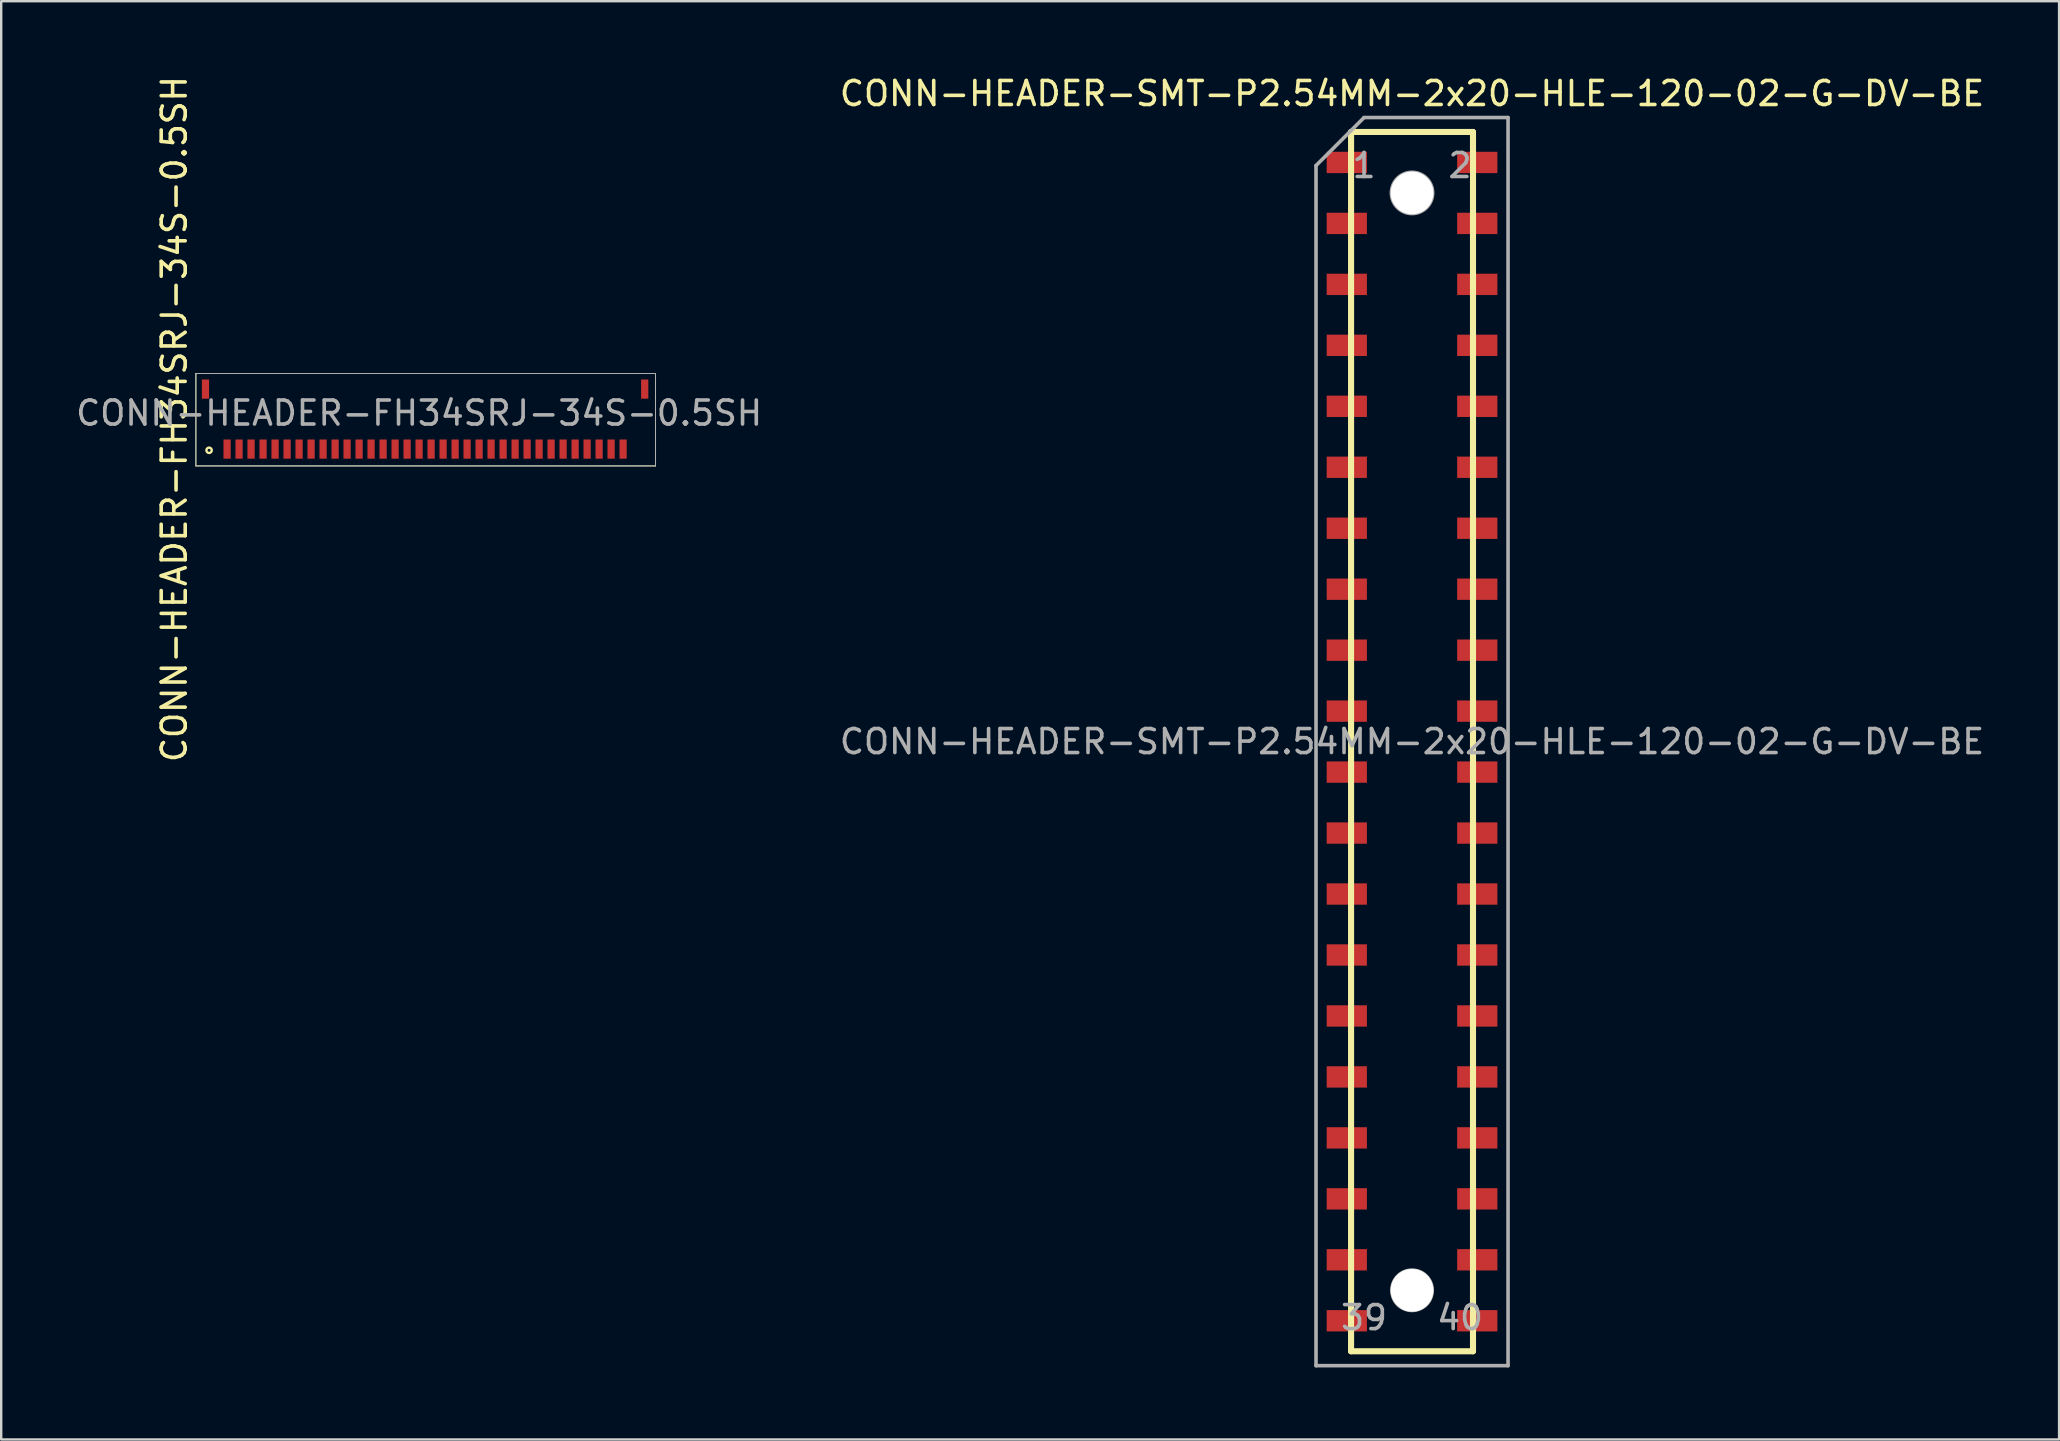
<source format=kicad_pcb>
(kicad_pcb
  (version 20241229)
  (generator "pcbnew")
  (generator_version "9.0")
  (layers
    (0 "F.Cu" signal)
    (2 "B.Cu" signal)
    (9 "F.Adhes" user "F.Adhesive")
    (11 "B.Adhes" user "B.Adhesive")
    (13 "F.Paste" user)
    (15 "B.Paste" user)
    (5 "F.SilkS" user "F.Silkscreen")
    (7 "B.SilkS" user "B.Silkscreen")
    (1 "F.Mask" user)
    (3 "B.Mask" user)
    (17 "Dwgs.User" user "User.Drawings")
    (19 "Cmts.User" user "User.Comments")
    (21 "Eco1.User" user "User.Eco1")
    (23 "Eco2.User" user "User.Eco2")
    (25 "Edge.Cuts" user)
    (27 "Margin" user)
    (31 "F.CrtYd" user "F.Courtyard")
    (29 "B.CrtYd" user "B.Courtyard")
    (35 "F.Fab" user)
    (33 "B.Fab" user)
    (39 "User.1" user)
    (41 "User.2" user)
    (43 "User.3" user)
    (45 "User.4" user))
  (footprint "CONN-HEADER-SMT-P2.54MM-2x20-HLE-120-02-G-DV-BE"
    (layer "F.Cu")
    (at 55.78 27.848)
    (property "Reference" "CONN-HEADER-SMT-P2.54MM-2x20-HLE-120-02-G-DV-BE" (at 0 0 180) (layer "F.Fab") (effects (font (size 1 1) (thickness 0.15))))
    (attr smd)
    (fp_line (start -2.54 -25.4) (end 2.54 -25.4) (stroke (width 0.254) (type solid)) (layer "F.SilkS"))
    (fp_line (start -2.54 25.4) (end -2.54 -25.4) (stroke (width 0.254) (type solid)) (layer "F.SilkS"))
    (fp_line (start 2.54 -25.4) (end 2.54 25.4) (stroke (width 0.254) (type solid)) (layer "F.SilkS"))
    (fp_line (start 2.54 25.4) (end -2.54 25.4) (stroke (width 0.254) (type solid)) (layer "F.SilkS"))
    (fp_line (start -4 -24) (end -4 26) (stroke (width 0.15) (type solid)) (layer "F.Fab"))
    (fp_line (start -4 -24) (end -2 -26) (stroke (width 0.15) (type solid)) (layer "F.Fab"))
    (fp_line (start -4 26) (end 4 26) (stroke (width 0.15) (type solid)) (layer "F.Fab"))
    (fp_line (start 4 -26) (end -2 -26) (stroke (width 0.15) (type solid)) (layer "F.Fab"))
    (fp_line (start 4 26) (end 4 -26) (stroke (width 0.15) (type solid)) (layer "F.Fab"))
    (fp_circle (center 0 -22.86) (end 0 -22) (stroke (width 0.15) (type solid)) (fill no) (layer "F.Fab"))
    (fp_circle (center 0 22.86) (end 0 23.7) (stroke (width 0.15) (type solid)) (fill no) (layer "F.Fab"))
    (fp_text user "${REFERENCE}" (at 0 -27 0) (layer "F.SilkS") (effects (font (size 1 1) (thickness 0.15))))
    (fp_text user "2" (at 2 -24 0) (layer "F.Fab") (effects (font (size 1 1) (thickness 0.15))))
    (fp_text user "39" (at -2 24 0) (layer "F.Fab") (effects (font (size 1 1) (thickness 0.15))))
    (fp_text user "1" (at -2 -24 0) (layer "F.Fab") (effects (font (size 1 1) (thickness 0.15))))
    (fp_text user "40" (at 2 24 0) (layer "F.Fab") (effects (font (size 1 1) (thickness 0.15))))
    (pad "" np_thru_hole circle (at 0 -22.86 270) (size 1.778 1.778) (drill 1.778) (layers "*.Cu" "*.Mask" "F.SilkS"))
    (pad "" np_thru_hole circle (at 0 22.86 270) (size 1.778 1.778) (drill 1.778) (layers "*.Cu" "*.Mask" "F.SilkS"))
    (pad "1" smd rect (at -2.718 -24.13 90) (size 0.889 1.676) (layers "F.Cu" "F.Mask" "F.Paste"))
    (pad "2" smd rect (at 2.718 -24.13 90) (size 0.889 1.676) (layers "F.Cu" "F.Mask" "F.Paste"))
    (pad "3" smd rect (at -2.718 -21.59 90) (size 0.889 1.676) (layers "F.Cu" "F.Mask" "F.Paste"))
    (pad "4" smd rect (at 2.718 -21.59 90) (size 0.889 1.676) (layers "F.Cu" "F.Mask" "F.Paste"))
    (pad "5" smd rect (at -2.718 -19.05 90) (size 0.889 1.676) (layers "F.Cu" "F.Mask" "F.Paste"))
    (pad "6" smd rect (at 2.718 -19.05 90) (size 0.889 1.676) (layers "F.Cu" "F.Mask" "F.Paste"))
    (pad "7" smd rect (at -2.718 -16.51 90) (size 0.889 1.676) (layers "F.Cu" "F.Mask" "F.Paste"))
    (pad "8" smd rect (at 2.718 -16.51 90) (size 0.889 1.676) (layers "F.Cu" "F.Mask" "F.Paste"))
    (pad "9" smd rect (at -2.718 -13.97 90) (size 0.889 1.676) (layers "F.Cu" "F.Mask" "F.Paste"))
    (pad "10" smd rect (at 2.718 -13.97 90) (size 0.889 1.676) (layers "F.Cu" "F.Mask" "F.Paste"))
    (pad "11" smd rect (at -2.718 -11.43 90) (size 0.889 1.676) (layers "F.Cu" "F.Mask" "F.Paste"))
    (pad "12" smd rect (at 2.718 -11.43 90) (size 0.889 1.676) (layers "F.Cu" "F.Mask" "F.Paste"))
    (pad "13" smd rect (at -2.718 -8.89 90) (size 0.889 1.676) (layers "F.Cu" "F.Mask" "F.Paste"))
    (pad "14" smd rect (at 2.718 -8.89 90) (size 0.889 1.676) (layers "F.Cu" "F.Mask" "F.Paste"))
    (pad "15" smd rect (at -2.718 -6.35 90) (size 0.889 1.676) (layers "F.Cu" "F.Mask" "F.Paste"))
    (pad "16" smd rect (at 2.718 -6.35 90) (size 0.889 1.676) (layers "F.Cu" "F.Mask" "F.Paste"))
    (pad "17" smd rect (at -2.718 -3.81 90) (size 0.889 1.676) (layers "F.Cu" "F.Mask" "F.Paste"))
    (pad "18" smd rect (at 2.718 -3.81 90) (size 0.889 1.676) (layers "F.Cu" "F.Mask" "F.Paste"))
    (pad "19" smd rect (at -2.718 -1.27 90) (size 0.889 1.676) (layers "F.Cu" "F.Mask" "F.Paste"))
    (pad "20" smd rect (at 2.718 -1.27 90) (size 0.889 1.676) (layers "F.Cu" "F.Mask" "F.Paste"))
    (pad "21" smd rect (at -2.718 1.27 90) (size 0.889 1.676) (layers "F.Cu" "F.Mask" "F.Paste"))
    (pad "22" smd rect (at 2.718 1.27 90) (size 0.889 1.676) (layers "F.Cu" "F.Mask" "F.Paste"))
    (pad "23" smd rect (at -2.718 3.81 90) (size 0.889 1.676) (layers "F.Cu" "F.Mask" "F.Paste"))
    (pad "24" smd rect (at 2.718 3.81 90) (size 0.889 1.676) (layers "F.Cu" "F.Mask" "F.Paste"))
    (pad "25" smd rect (at -2.718 6.35 90) (size 0.889 1.676) (layers "F.Cu" "F.Mask" "F.Paste"))
    (pad "26" smd rect (at 2.718 6.35 90) (size 0.889 1.676) (layers "F.Cu" "F.Mask" "F.Paste"))
    (pad "27" smd rect (at -2.718 8.89 90) (size 0.889 1.676) (layers "F.Cu" "F.Mask" "F.Paste"))
    (pad "28" smd rect (at 2.718 8.89 90) (size 0.889 1.676) (layers "F.Cu" "F.Mask" "F.Paste"))
    (pad "29" smd rect (at -2.718 11.43 90) (size 0.889 1.676) (layers "F.Cu" "F.Mask" "F.Paste"))
    (pad "30" smd rect (at 2.718 11.43 90) (size 0.889 1.676) (layers "F.Cu" "F.Mask" "F.Paste"))
    (pad "31" smd rect (at -2.718 13.97 90) (size 0.889 1.676) (layers "F.Cu" "F.Mask" "F.Paste"))
    (pad "32" smd rect (at 2.718 13.97 90) (size 0.889 1.676) (layers "F.Cu" "F.Mask" "F.Paste"))
    (pad "33" smd rect (at -2.718 16.51 90) (size 0.889 1.676) (layers "F.Cu" "F.Mask" "F.Paste"))
    (pad "34" smd rect (at 2.718 16.51 90) (size 0.889 1.676) (layers "F.Cu" "F.Mask" "F.Paste"))
    (pad "35" smd rect (at -2.718 19.05 90) (size 0.889 1.676) (layers "F.Cu" "F.Mask" "F.Paste"))
    (pad "36" smd rect (at 2.718 19.05 90) (size 0.889 1.676) (layers "F.Cu" "F.Mask" "F.Paste"))
    (pad "37" smd rect (at -2.718 21.59 90) (size 0.889 1.676) (layers "F.Cu" "F.Mask" "F.Paste"))
    (pad "38" smd rect (at 2.718 21.59 90) (size 0.889 1.676) (layers "F.Cu" "F.Mask" "F.Paste"))
    (pad "39" smd rect (at -2.718 24.13 90) (size 0.889 1.676) (layers "F.Cu" "F.Mask" "F.Paste"))
    (pad "40" smd rect (at 2.718 24.13 90) (size 0.889 1.676) (layers "F.Cu" "F.Mask" "F.Paste")))
  (footprint "CONN-HEADER-FH34SRJ-34S-0.5SH"
    (layer "F.Cu")
    (at 14.636 14.486)
    (property "Reference" "CONN-HEADER-FH34SRJ-34S-0.5SH" (at -0.225 -0.325 180) (layer "F.Fab") (effects (font (size 1 1) (thickness 0.15))))
    (attr smd)
    (fp_line (start -9.525 -1.975) (end -9.525 1.875) (stroke (width 0.041) (type solid)) (layer "F.SilkS"))
    (fp_line (start -9.525 1.875) (end 9.625 1.875) (stroke (width 0.041) (type solid)) (layer "F.SilkS"))
    (fp_line (start 9.625 -1.975) (end -9.525 -1.975) (stroke (width 0.041) (type solid)) (layer "F.SilkS"))
    (fp_line (start 9.625 -1.975) (end 9.625 1.875) (stroke (width 0.041) (type solid)) (layer "F.SilkS"))
    (fp_circle (center -8.975 1.225) (end -8.925 1.125) (stroke (width 0.1) (type solid)) (fill no) (layer "F.SilkS"))
    (fp_line (start -9.525 -1.975) (end -9.525 1.875) (stroke (width 0.041) (type solid)) (layer "F.Fab"))
    (fp_line (start -9.525 1.875) (end 9.625 1.875) (stroke (width 0.041) (type solid)) (layer "F.Fab"))
    (fp_line (start 9.625 -1.975) (end -9.525 -1.975) (stroke (width 0.041) (type solid)) (layer "F.Fab"))
    (fp_line (start 9.625 -1.975) (end 9.625 1.875) (stroke (width 0.041) (type solid)) (layer "F.Fab"))
    (fp_text user "${REFERENCE}" (at -10.425 -0.075 90) (layer "F.SilkS") (effects (font (size 1 1) (thickness 0.15))))
    (pad "1" smd rect (at -8.225 1.175 90) (size 0.8 0.3) (layers "F.Cu" "F.Mask" "F.Paste"))
    (pad "2" smd rect (at -9.125 -1.325 90) (size 0.8 0.3) (layers "F.Cu" "F.Mask" "F.Paste"))
    (pad "2" smd rect (at -7.725 1.175 90) (size 0.8 0.3) (layers "F.Cu" "F.Mask" "F.Paste"))
    (pad "2" smd rect (at 9.175 -1.325 90) (size 0.8 0.3) (layers "F.Cu" "F.Mask" "F.Paste"))
    (pad "3" smd rect (at -7.225 1.175 90) (size 0.8 0.3) (layers "F.Cu" "F.Mask" "F.Paste"))
    (pad "4" smd rect (at -6.725 1.175 90) (size 0.8 0.3) (layers "F.Cu" "F.Mask" "F.Paste"))
    (pad "5" smd rect (at -6.225 1.175 90) (size 0.8 0.3) (layers "F.Cu" "F.Mask" "F.Paste"))
    (pad "6" smd rect (at -5.725 1.175 90) (size 0.8 0.3) (layers "F.Cu" "F.Mask" "F.Paste"))
    (pad "7" smd rect (at -5.225 1.175 90) (size 0.8 0.3) (layers "F.Cu" "F.Mask" "F.Paste"))
    (pad "8" smd rect (at -4.725 1.175 90) (size 0.8 0.3) (layers "F.Cu" "F.Mask" "F.Paste"))
    (pad "9" smd rect (at -4.225 1.175 90) (size 0.8 0.3) (layers "F.Cu" "F.Mask" "F.Paste"))
    (pad "10" smd rect (at -3.725 1.175 90) (size 0.8 0.3) (layers "F.Cu" "F.Mask" "F.Paste"))
    (pad "11" smd rect (at -3.225 1.175 90) (size 0.8 0.3) (layers "F.Cu" "F.Mask" "F.Paste"))
    (pad "12" smd rect (at -2.725 1.175 90) (size 0.8 0.3) (layers "F.Cu" "F.Mask" "F.Paste"))
    (pad "13" smd rect (at -2.225 1.175 90) (size 0.8 0.3) (layers "F.Cu" "F.Mask" "F.Paste"))
    (pad "14" smd rect (at -1.725 1.175 90) (size 0.8 0.3) (layers "F.Cu" "F.Mask" "F.Paste"))
    (pad "15" smd rect (at -1.225 1.175 90) (size 0.8 0.3) (layers "F.Cu" "F.Mask" "F.Paste"))
    (pad "16" smd rect (at -0.725 1.175 90) (size 0.8 0.3) (layers "F.Cu" "F.Mask" "F.Paste"))
    (pad "17" smd rect (at -0.225 1.175 90) (size 0.8 0.3) (layers "F.Cu" "F.Mask" "F.Paste"))
    (pad "18" smd rect (at 0.275 1.175 90) (size 0.8 0.3) (layers "F.Cu" "F.Mask" "F.Paste"))
    (pad "19" smd rect (at 0.775 1.175 90) (size 0.8 0.3) (layers "F.Cu" "F.Mask" "F.Paste"))
    (pad "20" smd rect (at 1.275 1.175 90) (size 0.8 0.3) (layers "F.Cu" "F.Mask" "F.Paste"))
    (pad "21" smd rect (at 1.775 1.175 90) (size 0.8 0.3) (layers "F.Cu" "F.Mask" "F.Paste"))
    (pad "22" smd rect (at 2.275 1.175 90) (size 0.8 0.3) (layers "F.Cu" "F.Mask" "F.Paste"))
    (pad "23" smd rect (at 2.775 1.175 90) (size 0.8 0.3) (layers "F.Cu" "F.Mask" "F.Paste"))
    (pad "24" smd rect (at 3.275 1.175 90) (size 0.8 0.3) (layers "F.Cu" "F.Mask" "F.Paste"))
    (pad "25" smd rect (at 3.775 1.175 90) (size 0.8 0.3) (layers "F.Cu" "F.Mask" "F.Paste"))
    (pad "26" smd rect (at 4.275 1.175 90) (size 0.8 0.3) (layers "F.Cu" "F.Mask" "F.Paste"))
    (pad "27" smd rect (at 4.775 1.175 90) (size 0.8 0.3) (layers "F.Cu" "F.Mask" "F.Paste"))
    (pad "28" smd rect (at 5.275 1.175 90) (size 0.8 0.3) (layers "F.Cu" "F.Mask" "F.Paste"))
    (pad "29" smd rect (at 5.775 1.175 90) (size 0.8 0.3) (layers "F.Cu" "F.Mask" "F.Paste"))
    (pad "30" smd rect (at 6.275 1.175 90) (size 0.8 0.3) (layers "F.Cu" "F.Mask" "F.Paste"))
    (pad "31" smd rect (at 6.775 1.175 90) (size 0.8 0.3) (layers "F.Cu" "F.Mask" "F.Paste"))
    (pad "32" smd rect (at 7.275 1.175 90) (size 0.8 0.3) (layers "F.Cu" "F.Mask" "F.Paste"))
    (pad "33" smd rect (at 7.775 1.175 90) (size 0.8 0.3) (layers "F.Cu" "F.Mask" "F.Paste"))
    (pad "34" smd rect (at 8.275 1.175 90) (size 0.8 0.3) (layers "F.Cu" "F.Mask" "F.Paste")))
  (gr_rect
    (start -3 -3)
    (end 82.738 56.923)
    (stroke (width 0.1) (type default))
    (fill no)
    (layer "Edge.Cuts")))
</source>
